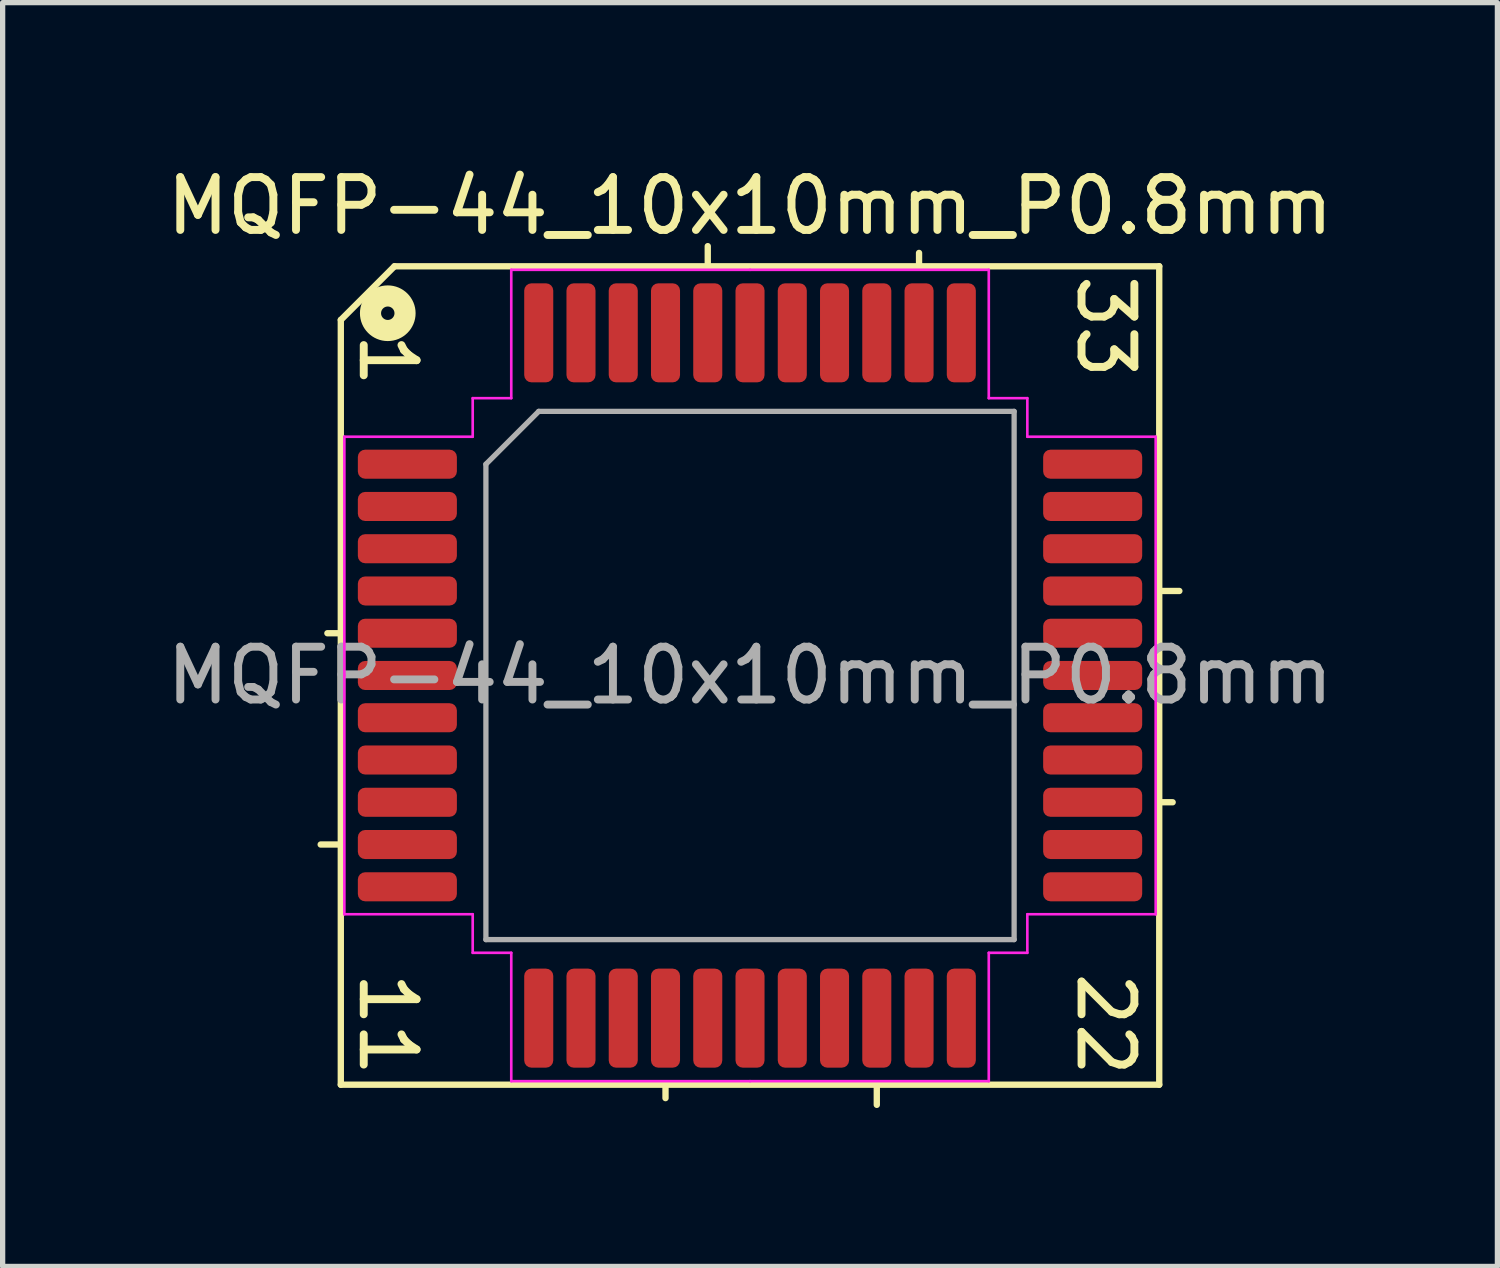
<source format=kicad_pcb>
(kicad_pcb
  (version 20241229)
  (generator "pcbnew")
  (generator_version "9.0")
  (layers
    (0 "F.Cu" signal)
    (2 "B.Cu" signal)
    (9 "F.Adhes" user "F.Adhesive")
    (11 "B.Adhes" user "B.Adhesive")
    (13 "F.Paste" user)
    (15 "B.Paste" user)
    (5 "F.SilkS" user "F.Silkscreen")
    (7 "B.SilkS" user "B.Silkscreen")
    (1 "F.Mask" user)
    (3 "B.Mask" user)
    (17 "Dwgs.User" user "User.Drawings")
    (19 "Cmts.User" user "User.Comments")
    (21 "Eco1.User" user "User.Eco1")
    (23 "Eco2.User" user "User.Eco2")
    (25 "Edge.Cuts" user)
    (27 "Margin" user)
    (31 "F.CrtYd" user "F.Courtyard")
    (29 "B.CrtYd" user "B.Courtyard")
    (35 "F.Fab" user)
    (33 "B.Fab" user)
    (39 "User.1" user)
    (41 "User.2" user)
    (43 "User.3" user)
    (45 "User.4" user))
  (footprint "MQFP-44_10x10mm_P0.8mm"
    (layer "F.Cu")
    (at 11.149 9.738)
    (property "Reference" "MQFP-44_10x10mm_P0.8mm" (at 0 -8.89 0) (layer "F.SilkS") (effects (font (size 1 1) (thickness 0.15))))
    (attr smd)
    (fp_line (start -7.747 -6.731) (end -7.747 7.747) (stroke (width 0.12) (type solid)) (layer "F.SilkS"))
    (fp_line (start -7.747 -0.8) (end -8.001 -0.8) (stroke (width 0.12) (type solid)) (layer "F.SilkS"))
    (fp_line (start -7.747 3.2) (end -8.128 3.2) (stroke (width 0.12) (type solid)) (layer "F.SilkS"))
    (fp_line (start -7.747 7.747) (end 7.747 7.747) (stroke (width 0.12) (type solid)) (layer "F.SilkS"))
    (fp_line (start -6.731 -7.747) (end -7.747 -6.731) (stroke (width 0.12) (type solid)) (layer "F.SilkS"))
    (fp_line (start -1.6 7.747) (end -1.6 8.001) (stroke (width 0.12) (type solid)) (layer "F.SilkS"))
    (fp_line (start -0.8 -7.747) (end -0.8 -8.128) (stroke (width 0.12) (type solid)) (layer "F.SilkS"))
    (fp_line (start 2.4 7.747) (end 2.4 8.128) (stroke (width 0.12) (type solid)) (layer "F.SilkS"))
    (fp_line (start 3.2 -7.747) (end 3.2 -8) (stroke (width 0.12) (type solid)) (layer "F.SilkS"))
    (fp_line (start 7.747 -7.747) (end -6.731 -7.747) (stroke (width 0.12) (type solid)) (layer "F.SilkS"))
    (fp_line (start 7.747 -1.6) (end 8.128 -1.6) (stroke (width 0.12) (type solid)) (layer "F.SilkS"))
    (fp_line (start 7.747 2.4) (end 8.001 2.4) (stroke (width 0.12) (type solid)) (layer "F.SilkS"))
    (fp_line (start 7.747 7.747) (end 7.747 -7.747) (stroke (width 0.12) (type solid)) (layer "F.SilkS"))
    (fp_circle (center -6.858 -6.858) (end -6.731 -6.858) (stroke (width 0.4) (type solid)) (fill no) (layer "F.SilkS"))
    (fp_line (start -7.68 -4.52) (end -7.68 0) (stroke (width 0.05) (type solid)) (layer "F.CrtYd"))
    (fp_line (start -7.68 4.52) (end -7.68 0) (stroke (width 0.05) (type solid)) (layer "F.CrtYd"))
    (fp_line (start -5.25 -5.25) (end -5.25 -4.52) (stroke (width 0.05) (type solid)) (layer "F.CrtYd"))
    (fp_line (start -5.25 -4.52) (end -7.68 -4.52) (stroke (width 0.05) (type solid)) (layer "F.CrtYd"))
    (fp_line (start -5.25 4.52) (end -7.68 4.52) (stroke (width 0.05) (type solid)) (layer "F.CrtYd"))
    (fp_line (start -5.25 5.25) (end -5.25 4.52) (stroke (width 0.05) (type solid)) (layer "F.CrtYd"))
    (fp_line (start -4.52 -7.68) (end -4.52 -5.25) (stroke (width 0.05) (type solid)) (layer "F.CrtYd"))
    (fp_line (start -4.52 -5.25) (end -5.25 -5.25) (stroke (width 0.05) (type solid)) (layer "F.CrtYd"))
    (fp_line (start -4.52 5.25) (end -5.25 5.25) (stroke (width 0.05) (type solid)) (layer "F.CrtYd"))
    (fp_line (start -4.52 7.68) (end -4.52 5.25) (stroke (width 0.05) (type solid)) (layer "F.CrtYd"))
    (fp_line (start 0 -7.68) (end -4.52 -7.68) (stroke (width 0.05) (type solid)) (layer "F.CrtYd"))
    (fp_line (start 0 -7.68) (end 4.52 -7.68) (stroke (width 0.05) (type solid)) (layer "F.CrtYd"))
    (fp_line (start 0 7.68) (end -4.52 7.68) (stroke (width 0.05) (type solid)) (layer "F.CrtYd"))
    (fp_line (start 0 7.68) (end 4.52 7.68) (stroke (width 0.05) (type solid)) (layer "F.CrtYd"))
    (fp_line (start 4.52 -7.68) (end 4.52 -5.25) (stroke (width 0.05) (type solid)) (layer "F.CrtYd"))
    (fp_line (start 4.52 -5.25) (end 5.25 -5.25) (stroke (width 0.05) (type solid)) (layer "F.CrtYd"))
    (fp_line (start 4.52 5.25) (end 5.25 5.25) (stroke (width 0.05) (type solid)) (layer "F.CrtYd"))
    (fp_line (start 4.52 7.68) (end 4.52 5.25) (stroke (width 0.05) (type solid)) (layer "F.CrtYd"))
    (fp_line (start 5.25 -5.25) (end 5.25 -4.52) (stroke (width 0.05) (type solid)) (layer "F.CrtYd"))
    (fp_line (start 5.25 -4.52) (end 7.68 -4.52) (stroke (width 0.05) (type solid)) (layer "F.CrtYd"))
    (fp_line (start 5.25 4.52) (end 7.68 4.52) (stroke (width 0.05) (type solid)) (layer "F.CrtYd"))
    (fp_line (start 5.25 5.25) (end 5.25 4.52) (stroke (width 0.05) (type solid)) (layer "F.CrtYd"))
    (fp_line (start 7.68 -4.52) (end 7.68 0) (stroke (width 0.05) (type solid)) (layer "F.CrtYd"))
    (fp_line (start 7.68 4.52) (end 7.68 0) (stroke (width 0.05) (type solid)) (layer "F.CrtYd"))
    (fp_line (start -5 -4) (end -4 -5) (stroke (width 0.1) (type solid)) (layer "F.Fab"))
    (fp_line (start -5 5) (end -5 -4) (stroke (width 0.1) (type solid)) (layer "F.Fab"))
    (fp_line (start -4 -5) (end 5 -5) (stroke (width 0.1) (type solid)) (layer "F.Fab"))
    (fp_line (start 5 -5) (end 5 5) (stroke (width 0.1) (type solid)) (layer "F.Fab"))
    (fp_line (start 5 5) (end -5 5) (stroke (width 0.1) (type solid)) (layer "F.Fab"))
    (fp_text user "1" (at -6.858 -5.969 270) (unlocked yes) (layer "F.SilkS") (effects (font (size 1 1) (thickness 0.15))))
    (fp_text user "11" (at -6.858 6.604 270) (unlocked yes) (layer "F.SilkS") (effects (font (size 1 1) (thickness 0.15))))
    (fp_text user "22" (at 6.731 6.604 270) (unlocked yes) (layer "F.SilkS") (effects (font (size 1 1) (thickness 0.15))))
    (fp_text user "33" (at 6.731 -6.604 270) (unlocked yes) (layer "F.SilkS") (effects (font (size 1 1) (thickness 0.15))))
    (fp_text user "${REFERENCE}" (at 0 0 0) (layer "F.Fab") (effects (font (size 1 1) (thickness 0.15))))
    (pad "1" smd roundrect (at -6.487 -4) (size 1.875 0.55) (layers "F.Cu" "F.Mask" "F.Paste") (roundrect_rratio 0.25))
    (pad "2" smd roundrect (at -6.487 -3.2) (size 1.875 0.55) (layers "F.Cu" "F.Mask" "F.Paste") (roundrect_rratio 0.25))
    (pad "3" smd roundrect (at -6.487 -2.4) (size 1.875 0.55) (layers "F.Cu" "F.Mask" "F.Paste") (roundrect_rratio 0.25))
    (pad "4" smd roundrect (at -6.487 -1.6) (size 1.875 0.55) (layers "F.Cu" "F.Mask" "F.Paste") (roundrect_rratio 0.25))
    (pad "5" smd roundrect (at -6.487 -0.8) (size 1.875 0.55) (layers "F.Cu" "F.Mask" "F.Paste") (roundrect_rratio 0.25))
    (pad "6" smd roundrect (at -6.487 0) (size 1.875 0.55) (layers "F.Cu" "F.Mask" "F.Paste") (roundrect_rratio 0.25))
    (pad "7" smd roundrect (at -6.487 0.8) (size 1.875 0.55) (layers "F.Cu" "F.Mask" "F.Paste") (roundrect_rratio 0.25))
    (pad "8" smd roundrect (at -6.487 1.6) (size 1.875 0.55) (layers "F.Cu" "F.Mask" "F.Paste") (roundrect_rratio 0.25))
    (pad "9" smd roundrect (at -6.487 2.4) (size 1.875 0.55) (layers "F.Cu" "F.Mask" "F.Paste") (roundrect_rratio 0.25))
    (pad "10" smd roundrect (at -6.487 3.2) (size 1.875 0.55) (layers "F.Cu" "F.Mask" "F.Paste") (roundrect_rratio 0.25))
    (pad "11" smd roundrect (at -6.487 4) (size 1.875 0.55) (layers "F.Cu" "F.Mask" "F.Paste") (roundrect_rratio 0.25))
    (pad "12" smd roundrect (at -4 6.487) (size 0.55 1.875) (layers "F.Cu" "F.Mask" "F.Paste") (roundrect_rratio 0.25))
    (pad "13" smd roundrect (at -3.2 6.487) (size 0.55 1.875) (layers "F.Cu" "F.Mask" "F.Paste") (roundrect_rratio 0.25))
    (pad "14" smd roundrect (at -2.4 6.487) (size 0.55 1.875) (layers "F.Cu" "F.Mask" "F.Paste") (roundrect_rratio 0.25))
    (pad "15" smd roundrect (at -1.6 6.487) (size 0.55 1.875) (layers "F.Cu" "F.Mask" "F.Paste") (roundrect_rratio 0.25))
    (pad "16" smd roundrect (at -0.8 6.487) (size 0.55 1.875) (layers "F.Cu" "F.Mask" "F.Paste") (roundrect_rratio 0.25))
    (pad "17" smd roundrect (at 0 6.487) (size 0.55 1.875) (layers "F.Cu" "F.Mask" "F.Paste") (roundrect_rratio 0.25))
    (pad "18" smd roundrect (at 0.8 6.487) (size 0.55 1.875) (layers "F.Cu" "F.Mask" "F.Paste") (roundrect_rratio 0.25))
    (pad "19" smd roundrect (at 1.6 6.487) (size 0.55 1.875) (layers "F.Cu" "F.Mask" "F.Paste") (roundrect_rratio 0.25))
    (pad "20" smd roundrect (at 2.4 6.487) (size 0.55 1.875) (layers "F.Cu" "F.Mask" "F.Paste") (roundrect_rratio 0.25))
    (pad "21" smd roundrect (at 3.2 6.487) (size 0.55 1.875) (layers "F.Cu" "F.Mask" "F.Paste") (roundrect_rratio 0.25))
    (pad "22" smd roundrect (at 4 6.487) (size 0.55 1.875) (layers "F.Cu" "F.Mask" "F.Paste") (roundrect_rratio 0.25))
    (pad "23" smd roundrect (at 6.487 4) (size 1.875 0.55) (layers "F.Cu" "F.Mask" "F.Paste") (roundrect_rratio 0.25))
    (pad "24" smd roundrect (at 6.487 3.2) (size 1.875 0.55) (layers "F.Cu" "F.Mask" "F.Paste") (roundrect_rratio 0.25))
    (pad "25" smd roundrect (at 6.487 2.4) (size 1.875 0.55) (layers "F.Cu" "F.Mask" "F.Paste") (roundrect_rratio 0.25))
    (pad "26" smd roundrect (at 6.487 1.6) (size 1.875 0.55) (layers "F.Cu" "F.Mask" "F.Paste") (roundrect_rratio 0.25))
    (pad "27" smd roundrect (at 6.487 0.8) (size 1.875 0.55) (layers "F.Cu" "F.Mask" "F.Paste") (roundrect_rratio 0.25))
    (pad "28" smd roundrect (at 6.487 0) (size 1.875 0.55) (layers "F.Cu" "F.Mask" "F.Paste") (roundrect_rratio 0.25))
    (pad "29" smd roundrect (at 6.487 -0.8) (size 1.875 0.55) (layers "F.Cu" "F.Mask" "F.Paste") (roundrect_rratio 0.25))
    (pad "30" smd roundrect (at 6.487 -1.6) (size 1.875 0.55) (layers "F.Cu" "F.Mask" "F.Paste") (roundrect_rratio 0.25))
    (pad "31" smd roundrect (at 6.487 -2.4) (size 1.875 0.55) (layers "F.Cu" "F.Mask" "F.Paste") (roundrect_rratio 0.25))
    (pad "32" smd roundrect (at 6.487 -3.2) (size 1.875 0.55) (layers "F.Cu" "F.Mask" "F.Paste") (roundrect_rratio 0.25))
    (pad "33" smd roundrect (at 6.487 -4) (size 1.875 0.55) (layers "F.Cu" "F.Mask" "F.Paste") (roundrect_rratio 0.25))
    (pad "34" smd roundrect (at 4 -6.487) (size 0.55 1.875) (layers "F.Cu" "F.Mask" "F.Paste") (roundrect_rratio 0.25))
    (pad "35" smd roundrect (at 3.2 -6.487) (size 0.55 1.875) (layers "F.Cu" "F.Mask" "F.Paste") (roundrect_rratio 0.25))
    (pad "36" smd roundrect (at 2.4 -6.487) (size 0.55 1.875) (layers "F.Cu" "F.Mask" "F.Paste") (roundrect_rratio 0.25))
    (pad "37" smd roundrect (at 1.6 -6.487) (size 0.55 1.875) (layers "F.Cu" "F.Mask" "F.Paste") (roundrect_rratio 0.25))
    (pad "38" smd roundrect (at 0.8 -6.487) (size 0.55 1.875) (layers "F.Cu" "F.Mask" "F.Paste") (roundrect_rratio 0.25))
    (pad "39" smd roundrect (at 0 -6.487) (size 0.55 1.875) (layers "F.Cu" "F.Mask" "F.Paste") (roundrect_rratio 0.25))
    (pad "40" smd roundrect (at -0.8 -6.487) (size 0.55 1.875) (layers "F.Cu" "F.Mask" "F.Paste") (roundrect_rratio 0.25))
    (pad "41" smd roundrect (at -1.6 -6.487) (size 0.55 1.875) (layers "F.Cu" "F.Mask" "F.Paste") (roundrect_rratio 0.25))
    (pad "42" smd roundrect (at -2.4 -6.487) (size 0.55 1.875) (layers "F.Cu" "F.Mask" "F.Paste") (roundrect_rratio 0.25))
    (pad "43" smd roundrect (at -3.2 -6.487) (size 0.55 1.875) (layers "F.Cu" "F.Mask" "F.Paste") (roundrect_rratio 0.25))
    (pad "44" smd roundrect (at -4 -6.487) (size 0.55 1.875) (layers "F.Cu" "F.Mask" "F.Paste") (roundrect_rratio 0.25)))
  (gr_rect
    (start -3 -3)
    (end 25.298 20.926)
    (stroke (width 0.1) (type default))
    (fill no)
    (layer "Edge.Cuts")))
</source>
